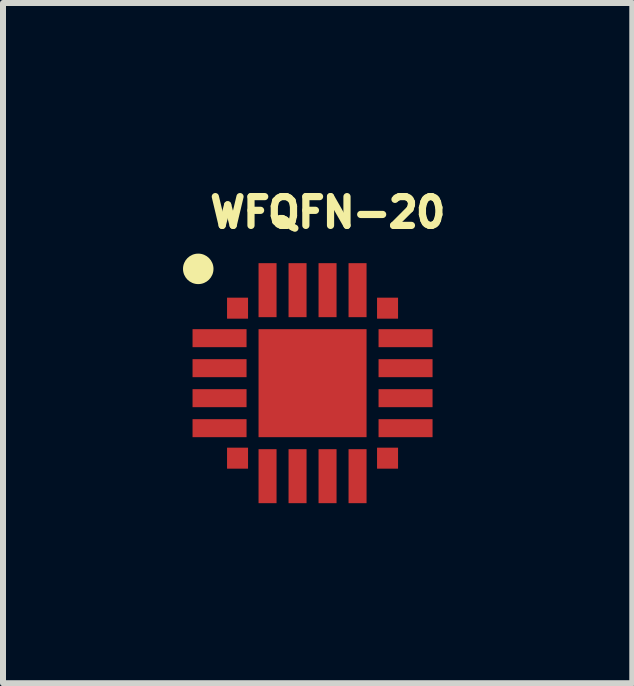
<source format=kicad_pcb>
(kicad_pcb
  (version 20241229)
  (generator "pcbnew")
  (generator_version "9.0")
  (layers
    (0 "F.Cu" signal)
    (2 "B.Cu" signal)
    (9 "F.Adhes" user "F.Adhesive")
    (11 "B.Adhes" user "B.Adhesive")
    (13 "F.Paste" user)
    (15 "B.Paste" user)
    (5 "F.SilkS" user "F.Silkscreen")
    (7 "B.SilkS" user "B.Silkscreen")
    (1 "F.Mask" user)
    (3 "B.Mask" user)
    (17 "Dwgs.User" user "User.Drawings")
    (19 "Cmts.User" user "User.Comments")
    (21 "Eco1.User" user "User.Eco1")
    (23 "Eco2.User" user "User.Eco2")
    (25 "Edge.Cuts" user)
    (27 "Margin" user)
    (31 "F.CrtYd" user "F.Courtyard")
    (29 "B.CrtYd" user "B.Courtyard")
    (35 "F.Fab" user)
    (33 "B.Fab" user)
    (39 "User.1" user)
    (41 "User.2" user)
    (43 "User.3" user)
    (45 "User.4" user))
  (footprint "WFQFN-20"
    (layer "F.Cu")
    (at 2.159 3.336)
    (property "Reference" "WFQFN-20" (at 0.254 -2.845 0) (layer "F.SilkS") (effects (font (size 0.48 0.48) (thickness 0.15))))
    (attr smd)
    (fp_circle (center -1.905 -1.905) (end -1.651 -1.905) (stroke (width 0) (type solid)) (fill yes) (layer "F.SilkS"))
    (pad "1" smd rect (at -1.25 -1.25) (size 0.35 0.35) (layers "F.Cu" "F.Mask" "F.Paste"))
    (pad "2" smd rect (at -1.55 -0.75 90) (size 0.3 0.9) (layers "F.Cu" "F.Mask" "F.Paste"))
    (pad "3" smd rect (at -1.55 -0.25 90) (size 0.3 0.9) (layers "F.Cu" "F.Mask" "F.Paste"))
    (pad "4" smd rect (at -1.55 0.25 90) (size 0.3 0.9) (layers "F.Cu" "F.Mask" "F.Paste"))
    (pad "5" smd rect (at -1.55 0.75 90) (size 0.3 0.9) (layers "F.Cu" "F.Mask" "F.Paste"))
    (pad "6" smd rect (at -1.25 1.25) (size 0.35 0.35) (layers "F.Cu" "F.Mask" "F.Paste"))
    (pad "7" smd rect (at -0.75 1.55 180) (size 0.3 0.9) (layers "F.Cu" "F.Mask" "F.Paste"))
    (pad "8" smd rect (at -0.25 1.55 180) (size 0.3 0.9) (layers "F.Cu" "F.Mask" "F.Paste"))
    (pad "9" smd rect (at 0.25 1.55 180) (size 0.3 0.9) (layers "F.Cu" "F.Mask" "F.Paste"))
    (pad "10" smd rect (at 0.75 1.55 180) (size 0.3 0.9) (layers "F.Cu" "F.Mask" "F.Paste"))
    (pad "11" smd rect (at 1.25 1.25) (size 0.35 0.35) (layers "F.Cu" "F.Mask" "F.Paste"))
    (pad "12" smd rect (at 1.55 0.75 270) (size 0.3 0.9) (layers "F.Cu" "F.Mask" "F.Paste"))
    (pad "13" smd rect (at 1.55 0.25 270) (size 0.3 0.9) (layers "F.Cu" "F.Mask" "F.Paste"))
    (pad "14" smd rect (at 1.55 -0.25 270) (size 0.3 0.9) (layers "F.Cu" "F.Mask" "F.Paste"))
    (pad "15" smd rect (at 1.55 -0.75 270) (size 0.3 0.9) (layers "F.Cu" "F.Mask" "F.Paste"))
    (pad "16" smd rect (at 1.25 -1.25) (size 0.35 0.35) (layers "F.Cu" "F.Mask" "F.Paste"))
    (pad "17" smd rect (at 0.75 -1.55) (size 0.3 0.9) (layers "F.Cu" "F.Mask" "F.Paste"))
    (pad "18" smd rect (at 0.25 -1.55) (size 0.3 0.9) (layers "F.Cu" "F.Mask" "F.Paste"))
    (pad "19" smd rect (at -0.25 -1.55) (size 0.3 0.9) (layers "F.Cu" "F.Mask" "F.Paste"))
    (pad "20" smd rect (at -0.75 -1.55) (size 0.3 0.9) (layers "F.Cu" "F.Mask" "F.Paste"))
    (pad "EXP" smd rect (at 0 0) (size 1.8 1.8) (layers "F.Cu" "F.Mask" "F.Paste")))
  (gr_rect
    (start -3 -3)
    (end 7.488 8.336)
    (stroke (width 0.1) (type default))
    (fill no)
    (layer "Edge.Cuts")))
</source>
